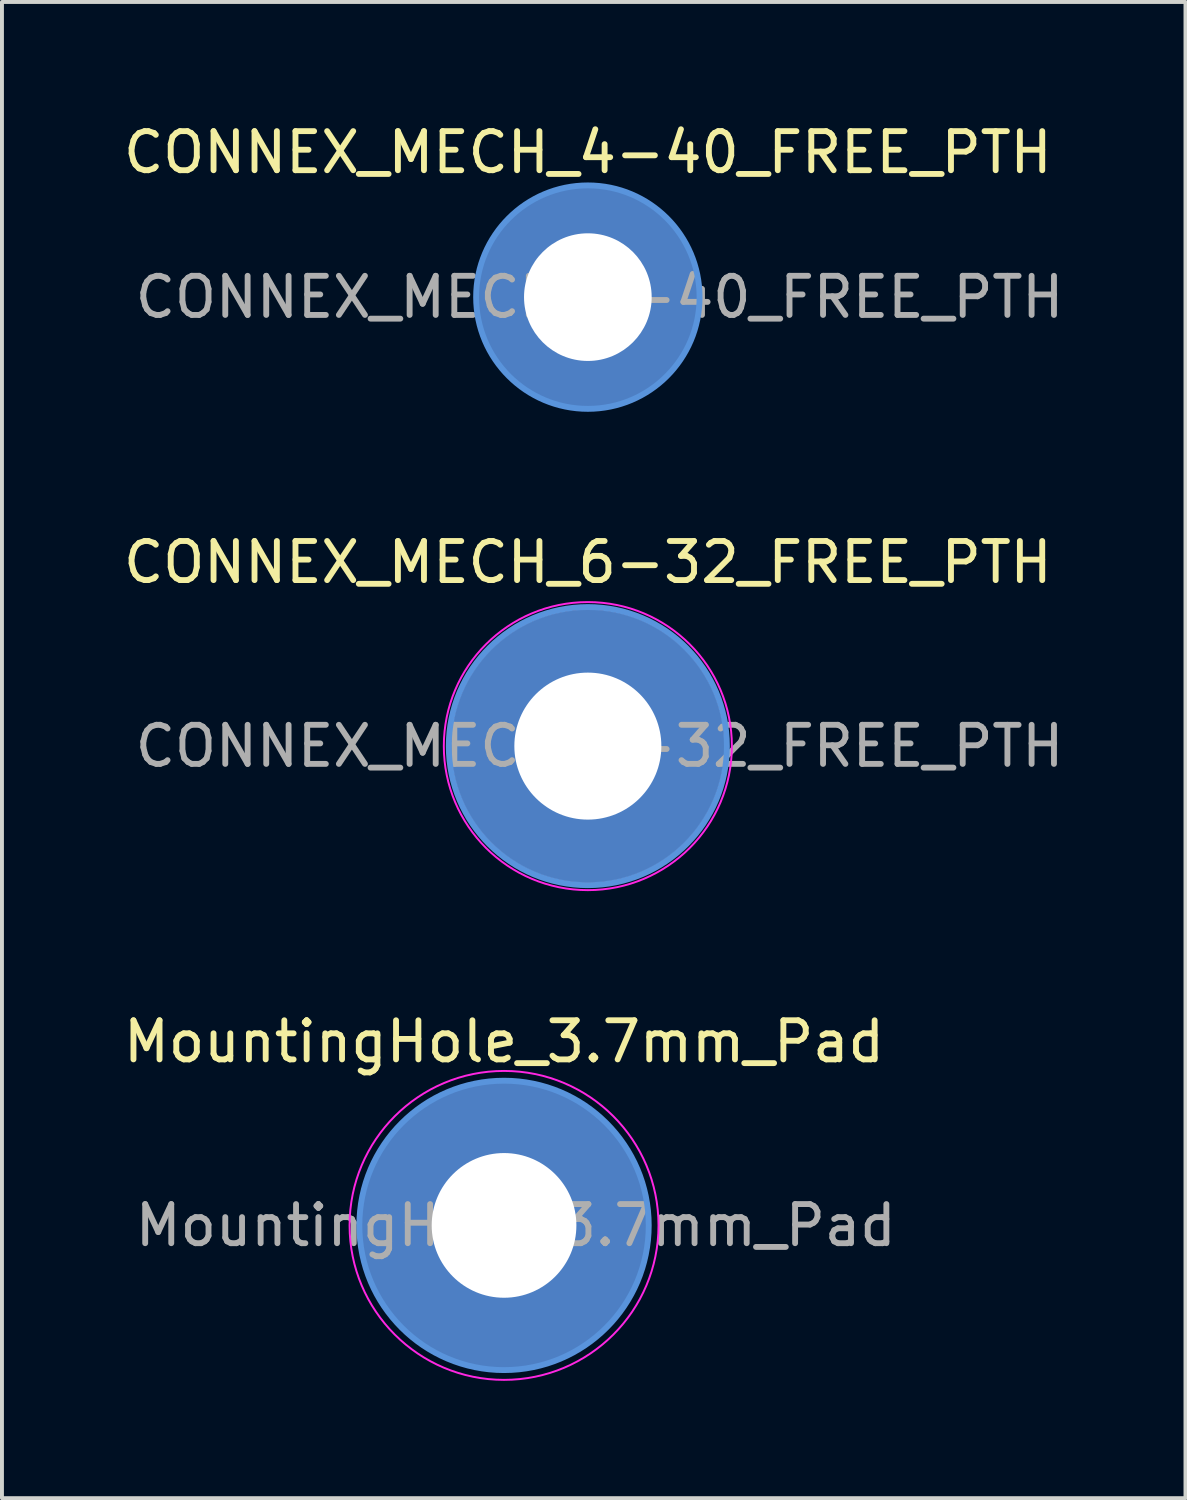
<source format=kicad_pcb>
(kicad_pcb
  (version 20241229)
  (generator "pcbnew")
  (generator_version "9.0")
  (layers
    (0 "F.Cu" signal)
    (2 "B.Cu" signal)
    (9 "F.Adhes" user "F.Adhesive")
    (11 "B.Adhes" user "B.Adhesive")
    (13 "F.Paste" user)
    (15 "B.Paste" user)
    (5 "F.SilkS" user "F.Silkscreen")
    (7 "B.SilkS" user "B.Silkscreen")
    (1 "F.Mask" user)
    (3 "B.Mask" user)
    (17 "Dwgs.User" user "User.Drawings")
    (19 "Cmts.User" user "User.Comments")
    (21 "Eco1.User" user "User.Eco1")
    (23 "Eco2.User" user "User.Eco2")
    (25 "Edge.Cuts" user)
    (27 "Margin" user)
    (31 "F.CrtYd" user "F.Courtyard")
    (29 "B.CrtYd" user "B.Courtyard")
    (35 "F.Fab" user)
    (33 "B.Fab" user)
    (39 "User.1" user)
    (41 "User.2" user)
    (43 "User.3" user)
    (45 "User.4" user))
  (footprint "MountingHole_3.7mm_Pad"
    (layer "F.Cu")
    (at 9.839 28.285)
    (property "Reference" "MountingHole_3.7mm_Pad" (at 0 -4.7 0) (layer "F.SilkS") (effects (font (size 1 1) (thickness 0.15))))
    (attr exclude_from_pos_files exclude_from_bom)
    (fp_circle (center 0 0) (end 3.7 0) (stroke (width 0.15) (type solid)) (fill no) (layer "Cmts.User"))
    (fp_circle (center 0 0) (end 3.95 0) (stroke (width 0.05) (type solid)) (fill no) (layer "F.CrtYd"))
    (fp_text user "${REFERENCE}" (at 0.3 0 0) (layer "F.Fab") (effects (font (size 1 1) (thickness 0.15))))
    (pad "1" thru_hole circle (at 0 0) (size 7.4 7.4) (drill 3.7) (layers "*.Cu" "*.Mask")))
  (footprint "CONNEX_MECH_4-40_FREE_PTH"
    (layer "F.Cu")
    (at 11.982 4.548)
    (property "Reference" "CONNEX_MECH_4-40_FREE_PTH" (at 0 -3.7 0) (layer "F.SilkS") (effects (font (size 1 1) (thickness 0.15))))
    (attr exclude_from_pos_files exclude_from_bom)
    (fp_circle (center 0 0) (end 2.857 0) (stroke (width 0.15) (type solid)) (fill no) (layer "Cmts.User"))
    (fp_circle (center 0 0) (end 2.857 0) (stroke (width 0.05) (type solid)) (fill no) (layer "F.CrtYd"))
    (fp_text user "${REFERENCE}" (at 0.3 0 0) (layer "F.Fab") (effects (font (size 1 1) (thickness 0.15))))
    (pad "1" thru_hole circle (at 0 0) (size 5.715 5.715) (drill 3.264) (layers "*.Cu" "*.Mask")))
  (footprint "CONNEX_MECH_6-32_FREE_PTH"
    (layer "F.Cu")
    (at 11.982 16.029)
    (property "Reference" "CONNEX_MECH_6-32_FREE_PTH" (at 0 -4.7 0) (layer "F.SilkS") (effects (font (size 1 1) (thickness 0.15))))
    (attr exclude_from_pos_files exclude_from_bom)
    (fp_circle (center 0 0) (end 3.556 0) (stroke (width 0.15) (type solid)) (fill no) (layer "Cmts.User"))
    (fp_circle (center 0 0) (end 3.683 0) (stroke (width 0.05) (type solid)) (fill no) (layer "F.CrtYd"))
    (fp_text user "${REFERENCE}" (at 0.3 0 0) (layer "F.Fab") (effects (font (size 1 1) (thickness 0.15))))
    (pad "1" thru_hole circle (at 0 0) (size 6.985 6.985) (drill 3.759) (layers "*.Cu" "*.Mask")))
  (gr_rect
    (start -3 -3)
    (end 27.264 35.26)
    (stroke (width 0.1) (type default))
    (fill no)
    (layer "Edge.Cuts")))
</source>
